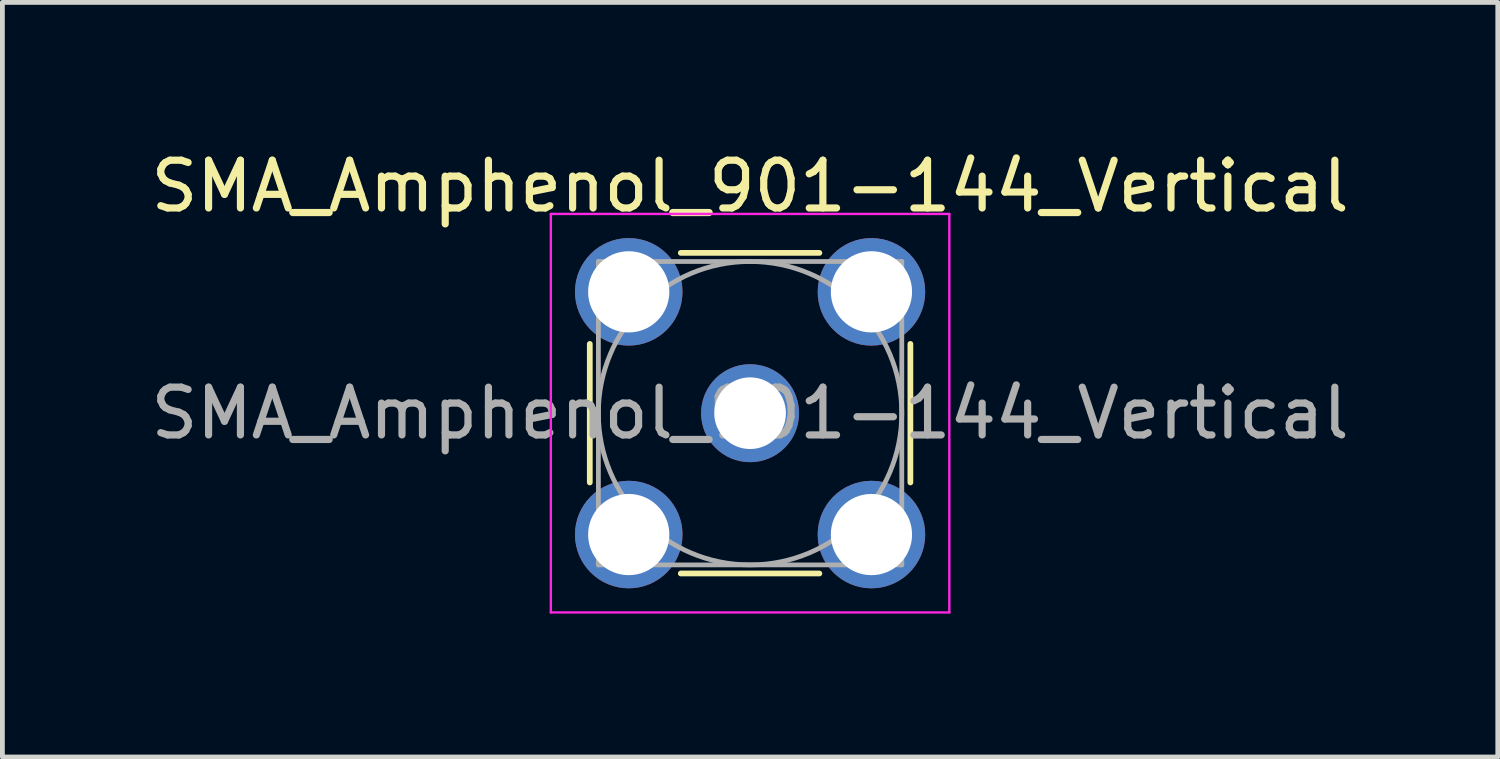
<source format=kicad_pcb>
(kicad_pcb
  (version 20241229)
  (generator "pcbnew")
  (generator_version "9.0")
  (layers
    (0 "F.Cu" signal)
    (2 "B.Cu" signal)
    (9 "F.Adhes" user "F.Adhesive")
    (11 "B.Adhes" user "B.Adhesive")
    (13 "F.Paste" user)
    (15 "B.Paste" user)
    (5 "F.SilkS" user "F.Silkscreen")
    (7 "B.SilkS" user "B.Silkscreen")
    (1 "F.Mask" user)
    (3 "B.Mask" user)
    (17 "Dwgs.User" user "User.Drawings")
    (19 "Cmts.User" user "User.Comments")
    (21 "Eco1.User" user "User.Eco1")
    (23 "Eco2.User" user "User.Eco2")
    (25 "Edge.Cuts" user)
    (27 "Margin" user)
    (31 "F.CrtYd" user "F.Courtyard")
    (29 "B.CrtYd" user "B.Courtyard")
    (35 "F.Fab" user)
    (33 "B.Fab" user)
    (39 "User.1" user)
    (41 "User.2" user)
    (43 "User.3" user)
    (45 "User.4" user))
  (footprint "SMA_Amphenol_901-144_Vertical"
    (layer "F.Cu")
    (at 12.649 5.598)
    (property "Reference" "SMA_Amphenol_901-144_Vertical" (at 0 -4.75 0) (layer "F.SilkS") (effects (font (size 1 1) (thickness 0.15))))
    (attr through_hole)
    (fp_line (start -3.355 -1.45) (end -3.355 1.45) (stroke (width 0.12) (type solid)) (layer "F.SilkS"))
    (fp_line (start -1.45 -3.355) (end 1.45 -3.355) (stroke (width 0.12) (type solid)) (layer "F.SilkS"))
    (fp_line (start -1.45 3.355) (end 1.45 3.355) (stroke (width 0.12) (type solid)) (layer "F.SilkS"))
    (fp_line (start 3.355 -1.45) (end 3.355 1.45) (stroke (width 0.12) (type solid)) (layer "F.SilkS"))
    (fp_line (start -4.17 -4.17) (end -4.17 4.17) (stroke (width 0.05) (type solid)) (layer "F.CrtYd"))
    (fp_line (start -4.17 -4.17) (end 4.17 -4.17) (stroke (width 0.05) (type solid)) (layer "F.CrtYd"))
    (fp_line (start 4.17 4.17) (end -4.17 4.17) (stroke (width 0.05) (type solid)) (layer "F.CrtYd"))
    (fp_line (start 4.17 4.17) (end 4.17 -4.17) (stroke (width 0.05) (type solid)) (layer "F.CrtYd"))
    (fp_line (start -3.175 -3.175) (end -3.175 3.175) (stroke (width 0.1) (type solid)) (layer "F.Fab"))
    (fp_line (start -3.175 -3.175) (end 3.175 -3.175) (stroke (width 0.1) (type solid)) (layer "F.Fab"))
    (fp_line (start -3.175 3.175) (end 3.175 3.175) (stroke (width 0.1) (type solid)) (layer "F.Fab"))
    (fp_line (start 3.175 -3.175) (end 3.175 3.175) (stroke (width 0.1) (type solid)) (layer "F.Fab"))
    (fp_circle (center 0 0) (end 3.175 0) (stroke (width 0.1) (type solid)) (fill no) (layer "F.Fab"))
    (fp_text user "${REFERENCE}" (at 0 0 0) (layer "F.Fab") (effects (font (size 1 1) (thickness 0.15))))
    (pad "1" thru_hole circle (at 0 0) (size 2.05 2.05) (drill 1.5) (layers "*.Cu" "*.Mask"))
    (pad "2" thru_hole circle (at -2.54 -2.54) (size 2.25 2.25) (drill 1.7) (layers "*.Cu" "*.Mask"))
    (pad "2" thru_hole circle (at -2.54 2.54) (size 2.25 2.25) (drill 1.7) (layers "*.Cu" "*.Mask"))
    (pad "2" thru_hole circle (at 2.54 -2.54) (size 2.25 2.25) (drill 1.7) (layers "*.Cu" "*.Mask"))
    (pad "2" thru_hole circle (at 2.54 2.54) (size 2.25 2.25) (drill 1.7) (layers "*.Cu" "*.Mask")))
  (gr_rect
    (start -3 -3)
    (end 28.298 12.793)
    (stroke (width 0.1) (type default))
    (fill no)
    (layer "Edge.Cuts")))
</source>
